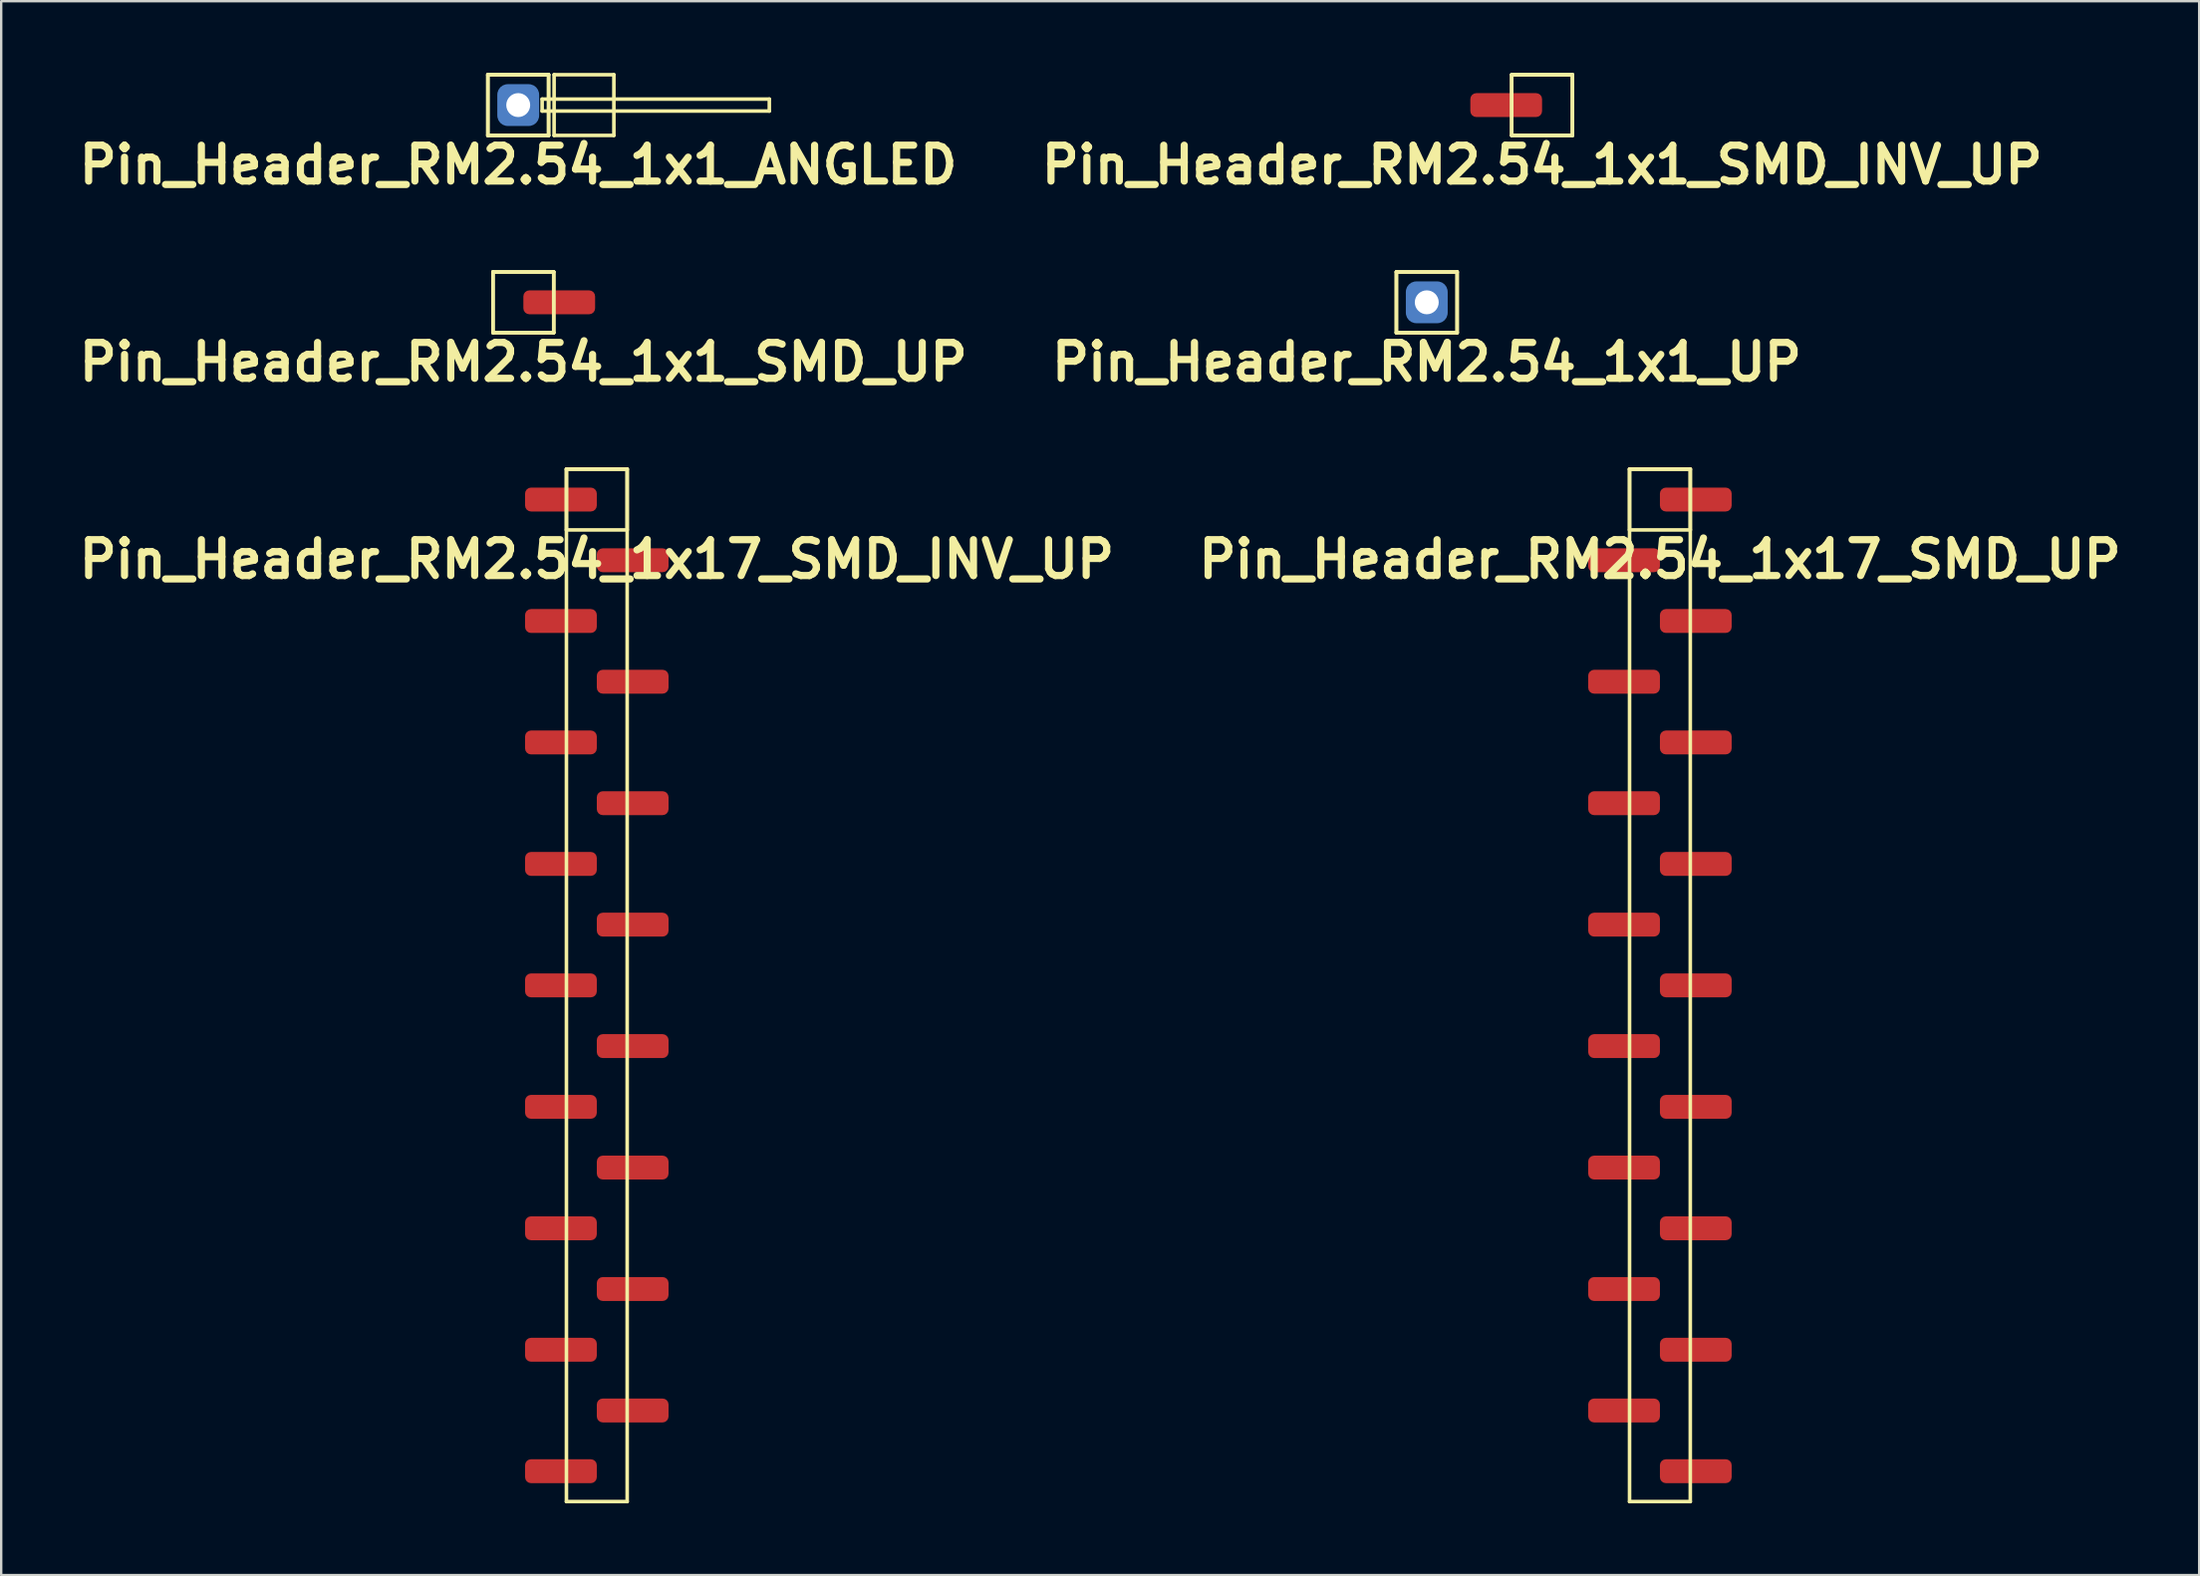
<source format=kicad_pcb>
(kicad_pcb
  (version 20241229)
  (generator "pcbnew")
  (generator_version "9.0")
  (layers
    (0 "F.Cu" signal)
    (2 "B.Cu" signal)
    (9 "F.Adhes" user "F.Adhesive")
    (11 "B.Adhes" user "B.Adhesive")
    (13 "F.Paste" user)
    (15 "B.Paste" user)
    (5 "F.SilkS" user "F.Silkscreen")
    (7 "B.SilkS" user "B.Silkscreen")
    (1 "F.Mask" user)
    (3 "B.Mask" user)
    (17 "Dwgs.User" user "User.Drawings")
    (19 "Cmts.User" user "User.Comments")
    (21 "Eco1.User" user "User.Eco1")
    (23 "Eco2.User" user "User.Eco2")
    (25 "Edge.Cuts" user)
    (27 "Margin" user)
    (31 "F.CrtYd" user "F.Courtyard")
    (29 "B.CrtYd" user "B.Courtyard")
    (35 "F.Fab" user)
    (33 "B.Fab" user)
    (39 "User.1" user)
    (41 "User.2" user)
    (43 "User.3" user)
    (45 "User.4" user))
  (footprint "Pin_Header_RM2.54_1x17_SMD_INV_UP"
    (layer "F.Cu")
    (at 21.907 17.843)
    (property "Reference" "Pin_Header_RM2.54_1x17_SMD_INV_UP" (at 0 2.5 0) (layer "F.SilkS") (effects (font (size 1.5 1.5) (thickness 0.3))))
    (attr through_hole)
    (fp_line (start -1.27 -1.27) (end 1.27 -1.27) (stroke (width 0.15) (type solid)) (layer "F.SilkS"))
    (fp_line (start -1.27 -1.27) (end 1.27 -1.27) (stroke (width 0.15) (type solid)) (layer "F.SilkS"))
    (fp_line (start -1.27 1.27) (end -1.27 -1.27) (stroke (width 0.15) (type solid)) (layer "F.SilkS"))
    (fp_line (start -1.27 41.91) (end -1.27 -1.27) (stroke (width 0.15) (type solid)) (layer "F.SilkS"))
    (fp_line (start 1.27 -1.27) (end 1.27 1.27) (stroke (width 0.15) (type solid)) (layer "F.SilkS"))
    (fp_line (start 1.27 -1.27) (end 1.27 41.91) (stroke (width 0.15) (type solid)) (layer "F.SilkS"))
    (fp_line (start 1.27 1.27) (end -1.27 1.27) (stroke (width 0.15) (type solid)) (layer "F.SilkS"))
    (fp_line (start 1.27 41.91) (end -1.27 41.91) (stroke (width 0.15) (type solid)) (layer "F.SilkS"))
    (pad "1" smd roundrect (at -1.5 0) (size 3 1) (layers "F.Cu" "F.Mask") (roundrect_rratio 0.25))
    (pad "2" smd roundrect (at 1.5 2.54) (size 3 1) (layers "F.Cu" "F.Mask") (roundrect_rratio 0.25))
    (pad "3" smd roundrect (at -1.5 5.08) (size 3 1) (layers "F.Cu" "F.Mask") (roundrect_rratio 0.25))
    (pad "4" smd roundrect (at 1.5 7.62) (size 3 1) (layers "F.Cu" "F.Mask") (roundrect_rratio 0.25))
    (pad "5" smd roundrect (at -1.5 10.16) (size 3 1) (layers "F.Cu" "F.Mask") (roundrect_rratio 0.25))
    (pad "6" smd roundrect (at 1.5 12.7) (size 3 1) (layers "F.Cu" "F.Mask") (roundrect_rratio 0.25))
    (pad "7" smd roundrect (at -1.5 15.24) (size 3 1) (layers "F.Cu" "F.Mask") (roundrect_rratio 0.25))
    (pad "8" smd roundrect (at 1.5 17.78) (size 3 1) (layers "F.Cu" "F.Mask") (roundrect_rratio 0.25))
    (pad "9" smd roundrect (at -1.5 20.32) (size 3 1) (layers "F.Cu" "F.Mask") (roundrect_rratio 0.25))
    (pad "10" smd roundrect (at 1.5 22.86) (size 3 1) (layers "F.Cu" "F.Mask") (roundrect_rratio 0.25))
    (pad "11" smd roundrect (at -1.5 25.4) (size 3 1) (layers "F.Cu" "F.Mask") (roundrect_rratio 0.25))
    (pad "12" smd roundrect (at 1.5 27.94) (size 3 1) (layers "F.Cu" "F.Mask") (roundrect_rratio 0.25))
    (pad "13" smd roundrect (at -1.5 30.48) (size 3 1) (layers "F.Cu" "F.Mask") (roundrect_rratio 0.25))
    (pad "14" smd roundrect (at 1.5 33.02) (size 3 1) (layers "F.Cu" "F.Mask") (roundrect_rratio 0.25))
    (pad "15" smd roundrect (at -1.5 35.56) (size 3 1) (layers "F.Cu" "F.Mask") (roundrect_rratio 0.25))
    (pad "16" smd roundrect (at 1.5 38.1) (size 3 1) (layers "F.Cu" "F.Mask") (roundrect_rratio 0.25))
    (pad "17" smd roundrect (at -1.5 40.64) (size 3 1) (layers "F.Cu" "F.Mask") (roundrect_rratio 0.25)))
  (footprint "Pin_Header_RM2.54_1x17_SMD_UP"
    (layer "F.Cu")
    (at 66.364 17.843)
    (property "Reference" "Pin_Header_RM2.54_1x17_SMD_UP" (at 0 2.5 0) (layer "F.SilkS") (effects (font (size 1.5 1.5) (thickness 0.3))))
    (attr through_hole)
    (fp_line (start -1.27 -1.27) (end 1.27 -1.27) (stroke (width 0.15) (type solid)) (layer "F.SilkS"))
    (fp_line (start -1.27 -1.27) (end 1.27 -1.27) (stroke (width 0.15) (type solid)) (layer "F.SilkS"))
    (fp_line (start -1.27 1.27) (end -1.27 -1.27) (stroke (width 0.15) (type solid)) (layer "F.SilkS"))
    (fp_line (start -1.27 41.91) (end -1.27 -1.27) (stroke (width 0.15) (type solid)) (layer "F.SilkS"))
    (fp_line (start 1.27 -1.27) (end 1.27 1.27) (stroke (width 0.15) (type solid)) (layer "F.SilkS"))
    (fp_line (start 1.27 -1.27) (end 1.27 41.91) (stroke (width 0.15) (type solid)) (layer "F.SilkS"))
    (fp_line (start 1.27 1.27) (end -1.27 1.27) (stroke (width 0.15) (type solid)) (layer "F.SilkS"))
    (fp_line (start 1.27 41.91) (end -1.27 41.91) (stroke (width 0.15) (type solid)) (layer "F.SilkS"))
    (pad "1" smd roundrect (at 1.5 0) (size 3 1) (layers "F.Cu" "F.Mask") (roundrect_rratio 0.25))
    (pad "2" smd roundrect (at -1.5 2.54) (size 3 1) (layers "F.Cu" "F.Mask") (roundrect_rratio 0.25))
    (pad "3" smd roundrect (at 1.5 5.08) (size 3 1) (layers "F.Cu" "F.Mask") (roundrect_rratio 0.25))
    (pad "4" smd roundrect (at -1.5 7.62) (size 3 1) (layers "F.Cu" "F.Mask") (roundrect_rratio 0.25))
    (pad "5" smd roundrect (at 1.5 10.16) (size 3 1) (layers "F.Cu" "F.Mask") (roundrect_rratio 0.25))
    (pad "6" smd roundrect (at -1.5 12.7) (size 3 1) (layers "F.Cu" "F.Mask") (roundrect_rratio 0.25))
    (pad "7" smd roundrect (at 1.5 15.24) (size 3 1) (layers "F.Cu" "F.Mask") (roundrect_rratio 0.25))
    (pad "8" smd roundrect (at -1.5 17.78) (size 3 1) (layers "F.Cu" "F.Mask") (roundrect_rratio 0.25))
    (pad "9" smd roundrect (at 1.5 20.32) (size 3 1) (layers "F.Cu" "F.Mask") (roundrect_rratio 0.25))
    (pad "10" smd roundrect (at -1.5 22.86) (size 3 1) (layers "F.Cu" "F.Mask") (roundrect_rratio 0.25))
    (pad "11" smd roundrect (at 1.5 25.4) (size 3 1) (layers "F.Cu" "F.Mask") (roundrect_rratio 0.25))
    (pad "12" smd roundrect (at -1.5 27.94) (size 3 1) (layers "F.Cu" "F.Mask") (roundrect_rratio 0.25))
    (pad "13" smd roundrect (at 1.5 30.48) (size 3 1) (layers "F.Cu" "F.Mask") (roundrect_rratio 0.25))
    (pad "14" smd roundrect (at -1.5 33.02) (size 3 1) (layers "F.Cu" "F.Mask") (roundrect_rratio 0.25))
    (pad "15" smd roundrect (at 1.5 35.56) (size 3 1) (layers "F.Cu" "F.Mask") (roundrect_rratio 0.25))
    (pad "16" smd roundrect (at -1.5 38.1) (size 3 1) (layers "F.Cu" "F.Mask") (roundrect_rratio 0.25))
    (pad "17" smd roundrect (at 1.5 40.64) (size 3 1) (layers "F.Cu" "F.Mask") (roundrect_rratio 0.25)))
  (footprint "Pin_Header_RM2.54_1x1_UP"
    (layer "F.Cu")
    (at 56.614 9.594)
    (property "Reference" "Pin_Header_RM2.54_1x1_UP" (at 0 2.5 0) (layer "F.SilkS") (effects (font (size 1.5 1.5) (thickness 0.3))))
    (attr through_hole)
    (fp_line (start -1.27 -1.27) (end 1.27 -1.27) (stroke (width 0.15) (type solid)) (layer "F.SilkS"))
    (fp_line (start -1.27 -1.27) (end 1.27 -1.27) (stroke (width 0.15) (type solid)) (layer "F.SilkS"))
    (fp_line (start -1.27 1.27) (end -1.27 -1.27) (stroke (width 0.15) (type solid)) (layer "F.SilkS"))
    (fp_line (start -1.27 1.27) (end -1.27 -1.27) (stroke (width 0.15) (type solid)) (layer "F.SilkS"))
    (fp_line (start 1.27 -1.27) (end 1.27 1.27) (stroke (width 0.15) (type solid)) (layer "F.SilkS"))
    (fp_line (start 1.27 -1.27) (end 1.27 1.27) (stroke (width 0.15) (type solid)) (layer "F.SilkS"))
    (fp_line (start 1.27 1.27) (end -1.27 1.27) (stroke (width 0.15) (type solid)) (layer "F.SilkS"))
    (fp_line (start 1.27 1.27) (end -1.27 1.27) (stroke (width 0.15) (type solid)) (layer "F.SilkS"))
    (pad "1" thru_hole circle (at 0 0) (size 1.3 1.3) (drill 1) (layers "*.Cu" "*.Mask"))
    (pad "1" smd roundrect (at 0 0) (size 1.5 1.5) (layers "F.Cu" "F.Mask") (roundrect_rratio 0.25))
    (pad "1" smd roundrect (at 0 0) (size 1.75 1.75) (layers "B.Cu" "B.Mask") (roundrect_rratio 0.25)))
  (footprint "Pin_Header_RM2.54_1x1_ANGLED"
    (layer "F.Cu")
    (at 18.621 1.345)
    (property "Reference" "Pin_Header_RM2.54_1x1_ANGLED" (at 0 2.5 0) (layer "F.SilkS") (effects (font (size 1.5 1.5) (thickness 0.3))))
    (attr through_hole)
    (fp_line (start -1.27 -1.27) (end 1.27 -1.27) (stroke (width 0.15) (type solid)) (layer "F.SilkS"))
    (fp_line (start -1.27 -1.27) (end 1.27 -1.27) (stroke (width 0.15) (type solid)) (layer "F.SilkS"))
    (fp_line (start -1.27 1.27) (end -1.27 -1.27) (stroke (width 0.15) (type solid)) (layer "F.SilkS"))
    (fp_line (start -1.27 1.27) (end -1.27 -1.27) (stroke (width 0.15) (type solid)) (layer "F.SilkS"))
    (fp_line (start 1 -0.25) (end 10.5 -0.25) (stroke (width 0.15) (type solid)) (layer "F.SilkS"))
    (fp_line (start 1 0.25) (end 1 -0.25) (stroke (width 0.15) (type solid)) (layer "F.SilkS"))
    (fp_line (start 1.27 -1.27) (end 1.27 1.27) (stroke (width 0.15) (type solid)) (layer "F.SilkS"))
    (fp_line (start 1.27 -1.27) (end 1.27 1.27) (stroke (width 0.15) (type solid)) (layer "F.SilkS"))
    (fp_line (start 1.27 1.27) (end -1.27 1.27) (stroke (width 0.15) (type solid)) (layer "F.SilkS"))
    (fp_line (start 1.27 1.27) (end -1.27 1.27) (stroke (width 0.15) (type solid)) (layer "F.SilkS"))
    (fp_line (start 1.5 -1.27) (end 4 -1.27) (stroke (width 0.15) (type solid)) (layer "F.SilkS"))
    (fp_line (start 1.5 1.27) (end 1.5 -1.27) (stroke (width 0.15) (type solid)) (layer "F.SilkS"))
    (fp_line (start 4 -1.27) (end 4 1.27) (stroke (width 0.15) (type solid)) (layer "F.SilkS"))
    (fp_line (start 4 1.27) (end 1.5 1.27) (stroke (width 0.15) (type solid)) (layer "F.SilkS"))
    (fp_line (start 10.5 -0.25) (end 10.5 0.25) (stroke (width 0.15) (type solid)) (layer "F.SilkS"))
    (fp_line (start 10.5 0.25) (end 1 0.25) (stroke (width 0.15) (type solid)) (layer "F.SilkS"))
    (pad "1" thru_hole circle (at 0 0) (size 1.3 1.3) (drill 1) (layers "*.Cu" "*.Mask"))
    (pad "1" smd roundrect (at 0 0) (size 1.5 1.5) (layers "F.Cu" "F.Mask") (roundrect_rratio 0.25))
    (pad "1" smd roundrect (at 0 0) (size 1.75 1.75) (layers "B.Cu" "B.Mask") (roundrect_rratio 0.25)))
  (footprint "Pin_Header_RM2.54_1x1_SMD_INV_UP"
    (layer "F.Cu")
    (at 61.436 1.345)
    (property "Reference" "Pin_Header_RM2.54_1x1_SMD_INV_UP" (at 0 2.5 0) (layer "F.SilkS") (effects (font (size 1.5 1.5) (thickness 0.3))))
    (attr through_hole)
    (fp_line (start -1.27 -1.27) (end 1.27 -1.27) (stroke (width 0.15) (type solid)) (layer "F.SilkS"))
    (fp_line (start -1.27 -1.27) (end 1.27 -1.27) (stroke (width 0.15) (type solid)) (layer "F.SilkS"))
    (fp_line (start -1.27 1.27) (end -1.27 -1.27) (stroke (width 0.15) (type solid)) (layer "F.SilkS"))
    (fp_line (start -1.27 1.27) (end -1.27 -1.27) (stroke (width 0.15) (type solid)) (layer "F.SilkS"))
    (fp_line (start 1.27 -1.27) (end 1.27 1.27) (stroke (width 0.15) (type solid)) (layer "F.SilkS"))
    (fp_line (start 1.27 -1.27) (end 1.27 1.27) (stroke (width 0.15) (type solid)) (layer "F.SilkS"))
    (fp_line (start 1.27 1.27) (end -1.27 1.27) (stroke (width 0.15) (type solid)) (layer "F.SilkS"))
    (fp_line (start 1.27 1.27) (end -1.27 1.27) (stroke (width 0.15) (type solid)) (layer "F.SilkS"))
    (pad "1" smd roundrect (at -1.5 0) (size 3 1) (layers "F.Cu" "F.Mask") (roundrect_rratio 0.25)))
  (footprint "Pin_Header_RM2.54_1x1_SMD_UP"
    (layer "F.Cu")
    (at 18.836 9.594)
    (property "Reference" "Pin_Header_RM2.54_1x1_SMD_UP" (at 0 2.5 0) (layer "F.SilkS") (effects (font (size 1.5 1.5) (thickness 0.3))))
    (attr through_hole)
    (fp_line (start -1.27 -1.27) (end 1.27 -1.27) (stroke (width 0.15) (type solid)) (layer "F.SilkS"))
    (fp_line (start -1.27 -1.27) (end 1.27 -1.27) (stroke (width 0.15) (type solid)) (layer "F.SilkS"))
    (fp_line (start -1.27 1.27) (end -1.27 -1.27) (stroke (width 0.15) (type solid)) (layer "F.SilkS"))
    (fp_line (start -1.27 1.27) (end -1.27 -1.27) (stroke (width 0.15) (type solid)) (layer "F.SilkS"))
    (fp_line (start 1.27 -1.27) (end 1.27 1.27) (stroke (width 0.15) (type solid)) (layer "F.SilkS"))
    (fp_line (start 1.27 -1.27) (end 1.27 1.27) (stroke (width 0.15) (type solid)) (layer "F.SilkS"))
    (fp_line (start 1.27 1.27) (end -1.27 1.27) (stroke (width 0.15) (type solid)) (layer "F.SilkS"))
    (fp_line (start 1.27 1.27) (end -1.27 1.27) (stroke (width 0.15) (type solid)) (layer "F.SilkS"))
    (pad "1" smd roundrect (at 1.5 0) (size 3 1) (layers "F.Cu" "F.Mask" "F.Paste") (roundrect_rratio 0.25)))
  (gr_rect
    (start -3 -3)
    (end 88.914 62.828)
    (stroke (width 0.1) (type default))
    (fill no)
    (layer "Edge.Cuts")))
</source>
